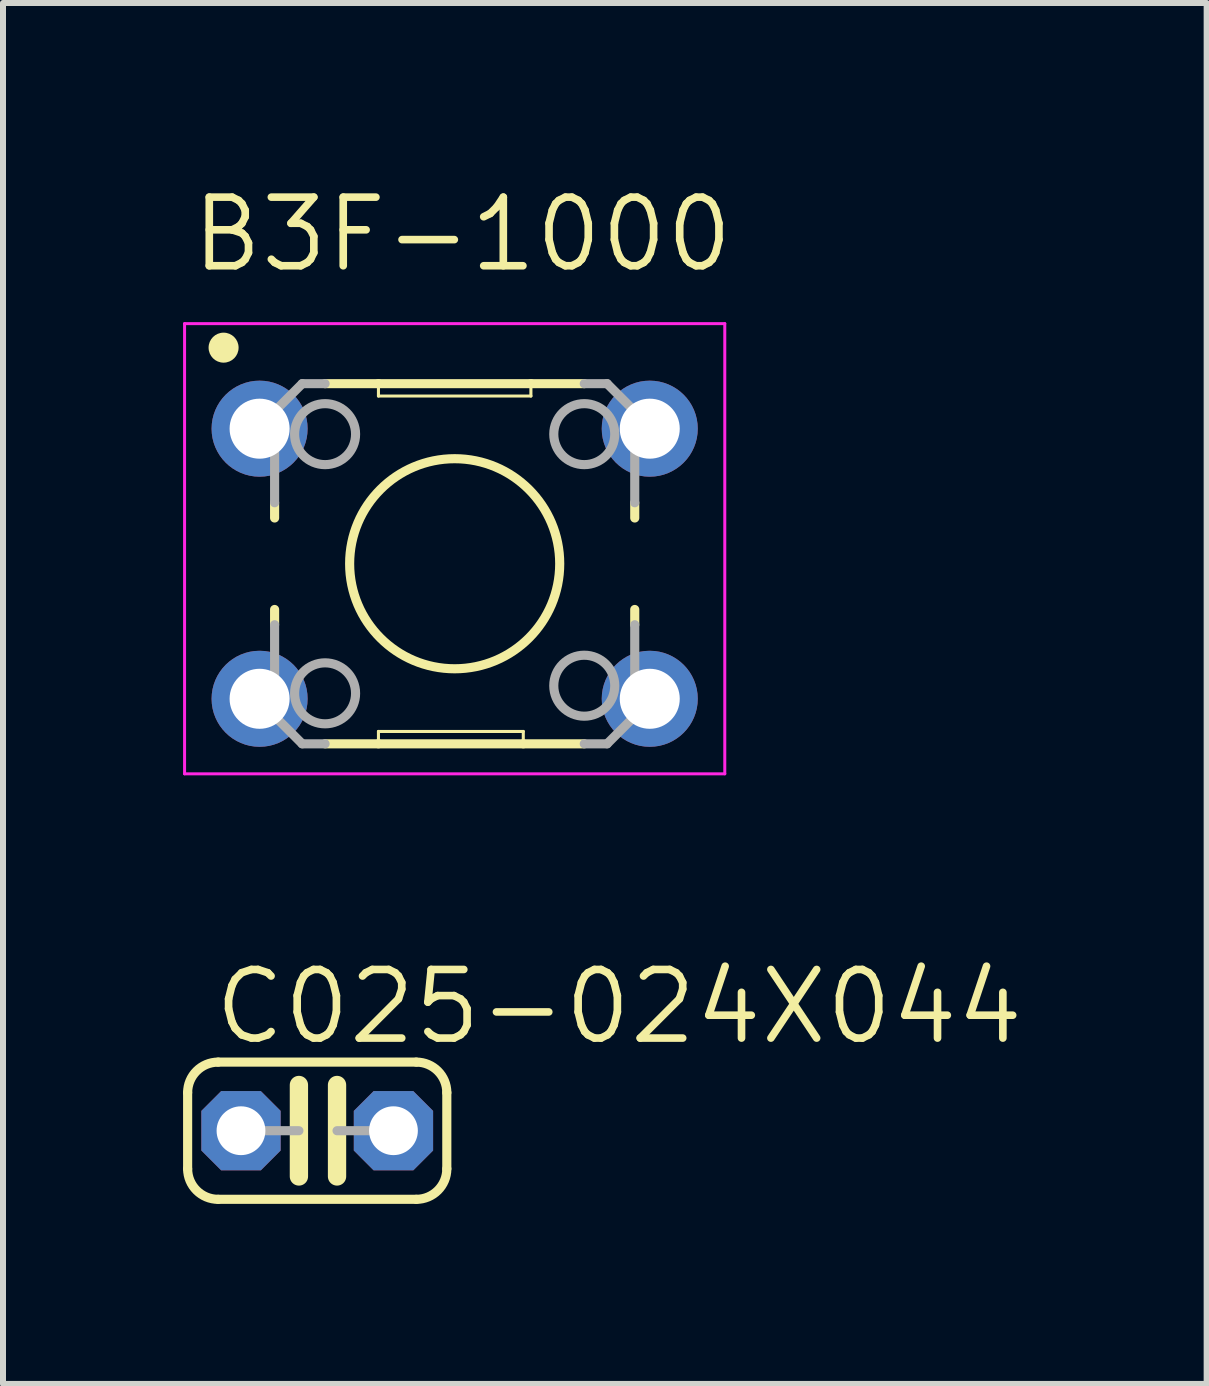
<source format=kicad_pcb>
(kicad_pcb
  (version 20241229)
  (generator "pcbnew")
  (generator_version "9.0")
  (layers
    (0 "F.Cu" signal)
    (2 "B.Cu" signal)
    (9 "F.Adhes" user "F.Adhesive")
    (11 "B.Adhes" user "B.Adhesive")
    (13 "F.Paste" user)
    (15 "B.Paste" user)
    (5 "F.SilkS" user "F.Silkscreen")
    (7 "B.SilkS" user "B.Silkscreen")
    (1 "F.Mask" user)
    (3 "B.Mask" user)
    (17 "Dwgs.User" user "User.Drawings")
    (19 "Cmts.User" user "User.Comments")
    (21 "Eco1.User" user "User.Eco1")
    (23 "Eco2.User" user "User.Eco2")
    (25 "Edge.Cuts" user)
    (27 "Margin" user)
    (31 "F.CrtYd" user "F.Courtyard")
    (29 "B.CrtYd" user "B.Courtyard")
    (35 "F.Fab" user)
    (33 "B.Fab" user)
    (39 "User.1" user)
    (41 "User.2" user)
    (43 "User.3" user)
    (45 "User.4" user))
  (footprint "B3F-1000"
    (layer "F.Cu")
    (at 4.525 6.342)
    (property "Reference" "B3F-1000" (at -4.444 -4.818 0) (layer "F.SilkS") (effects (font (size 1.143 1.143) (thickness 0.127)) (justify left bottom)))
    (fp_line (start -3 -0.762) (end -3 -1.016) (stroke (width 0.152) (type solid)) (layer "F.SilkS"))
    (fp_line (start -3 0.762) (end -3 1.016) (stroke (width 0.152) (type solid)) (layer "F.SilkS"))
    (fp_line (start -2.159 3) (end -1.27 3) (stroke (width 0.152) (type solid)) (layer "F.SilkS"))
    (fp_line (start -1.27 -3) (end -2.159 -3) (stroke (width 0.152) (type solid)) (layer "F.SilkS"))
    (fp_line (start -1.27 -3) (end -1.27 -2.794) (stroke (width 0.051) (type solid)) (layer "F.SilkS"))
    (fp_line (start -1.27 2.794) (end -1.27 3) (stroke (width 0.051) (type solid)) (layer "F.SilkS"))
    (fp_line (start -1.27 3) (end 1.143 3) (stroke (width 0.152) (type solid)) (layer "F.SilkS"))
    (fp_line (start 1.143 2.794) (end -1.27 2.794) (stroke (width 0.051) (type solid)) (layer "F.SilkS"))
    (fp_line (start 1.143 2.794) (end 1.143 3) (stroke (width 0.051) (type solid)) (layer "F.SilkS"))
    (fp_line (start 1.143 3) (end 2.159 3) (stroke (width 0.152) (type solid)) (layer "F.SilkS"))
    (fp_line (start 1.27 -3) (end -1.27 -3) (stroke (width 0.152) (type solid)) (layer "F.SilkS"))
    (fp_line (start 1.27 -2.794) (end -1.27 -2.794) (stroke (width 0.051) (type solid)) (layer "F.SilkS"))
    (fp_line (start 1.27 -2.794) (end 1.27 -3) (stroke (width 0.051) (type solid)) (layer "F.SilkS"))
    (fp_line (start 2.159 -3) (end 1.27 -3) (stroke (width 0.152) (type solid)) (layer "F.SilkS"))
    (fp_line (start 3 -0.762) (end 3 -1.016) (stroke (width 0.152) (type solid)) (layer "F.SilkS"))
    (fp_line (start 3 0.762) (end 3 1.016) (stroke (width 0.152) (type solid)) (layer "F.SilkS"))
    (fp_circle (center -3.85 -3.6) (end -3.725 -3.6) (stroke (width 0.25) (type solid)) (fill yes) (layer "F.SilkS"))
    (fp_circle (center 0 0) (end 1.75 0) (stroke (width 0.152) (type solid)) (fill no) (layer "F.SilkS"))
    (fp_line (start -4.5 -4) (end 4.5 -4) (stroke (width 0.05) (type solid)) (layer "F.CrtYd"))
    (fp_line (start -4.5 3.5) (end -4.5 -4) (stroke (width 0.05) (type solid)) (layer "F.CrtYd"))
    (fp_line (start 4.5 -4) (end 4.5 3.5) (stroke (width 0.05) (type solid)) (layer "F.CrtYd"))
    (fp_line (start 4.5 3.5) (end -4.5 3.5) (stroke (width 0.05) (type solid)) (layer "F.CrtYd"))
    (fp_line (start -3 -2.54) (end -3 -1.016) (stroke (width 0.152) (type solid)) (layer "F.Fab"))
    (fp_line (start -3 2.54) (end -3 1.016) (stroke (width 0.152) (type solid)) (layer "F.Fab"))
    (fp_line (start -2.54 -3) (end -3 -2.54) (stroke (width 0.152) (type solid)) (layer "F.Fab"))
    (fp_line (start -2.54 -3) (end -2.159 -3) (stroke (width 0.152) (type solid)) (layer "F.Fab"))
    (fp_line (start -2.54 3) (end -3 2.54) (stroke (width 0.152) (type solid)) (layer "F.Fab"))
    (fp_line (start -2.54 3) (end -2.159 3) (stroke (width 0.152) (type solid)) (layer "F.Fab"))
    (fp_line (start 2.54 -3) (end 2.159 -3) (stroke (width 0.152) (type solid)) (layer "F.Fab"))
    (fp_line (start 2.54 3) (end 2.159 3) (stroke (width 0.152) (type solid)) (layer "F.Fab"))
    (fp_line (start 2.54 3) (end 3 2.54) (stroke (width 0.152) (type solid)) (layer "F.Fab"))
    (fp_line (start 3 -2.54) (end 2.54 -3) (stroke (width 0.152) (type solid)) (layer "F.Fab"))
    (fp_line (start 3 -1.016) (end 3 -2.54) (stroke (width 0.152) (type solid)) (layer "F.Fab"))
    (fp_line (start 3 2.54) (end 3 1.016) (stroke (width 0.152) (type solid)) (layer "F.Fab"))
    (fp_circle (center -2.159 -2.159) (end -1.651 -2.159) (stroke (width 0.152) (type solid)) (fill no) (layer "F.Fab"))
    (fp_circle (center -2.159 2.159) (end -1.651 2.159) (stroke (width 0.152) (type solid)) (fill no) (layer "F.Fab"))
    (fp_circle (center 2.159 -2.159) (end 2.667 -2.159) (stroke (width 0.152) (type solid)) (fill no) (layer "F.Fab"))
    (fp_circle (center 2.159 2.032) (end 2.667 2.032) (stroke (width 0.152) (type solid)) (fill no) (layer "F.Fab"))
    (pad "1" thru_hole circle (at -3.25 -2.25) (size 1.6 1.6) (drill 1) (layers "*.Cu" "*.Mask"))
    (pad "2" thru_hole circle (at 3.25 -2.25) (size 1.6 1.6) (drill 1) (layers "*.Cu" "*.Mask"))
    (pad "3" thru_hole circle (at -3.25 2.25) (size 1.6 1.6) (drill 1) (layers "*.Cu" "*.Mask"))
    (pad "4" thru_hole circle (at 3.25 2.25) (size 1.6 1.6) (drill 1) (layers "*.Cu" "*.Mask")))
  (footprint "C025-024X044"
    (layer "F.Cu")
    (at 2.235 15.788)
    (property "Reference" "C025-024X044" (at -1.778 -1.397 0) (layer "F.SilkS") (effects (font (size 1.143 1.143) (thickness 0.127)) (justify left bottom)))
    (fp_line (start -2.159 0.635) (end -2.159 -0.635) (stroke (width 0.152) (type solid)) (layer "F.SilkS"))
    (fp_line (start -0.305 -0.762) (end -0.305 0.762) (stroke (width 0.305) (type solid)) (layer "F.SilkS"))
    (fp_line (start 0.33 -0.762) (end 0.33 0.762) (stroke (width 0.305) (type solid)) (layer "F.SilkS"))
    (fp_line (start 1.651 -1.143) (end -1.651 -1.143) (stroke (width 0.152) (type solid)) (layer "F.SilkS"))
    (fp_line (start 1.651 1.143) (end -1.651 1.143) (stroke (width 0.152) (type solid)) (layer "F.SilkS"))
    (fp_line (start 2.159 0.635) (end 2.159 -0.635) (stroke (width 0.152) (type solid)) (layer "F.SilkS"))
    (fp_arc (start -2.159 -0.635) (mid -2.01021 -0.99421) (end -1.651 -1.143) (stroke (width 0.1524) (type solid)) (layer "F.SilkS"))
    (fp_arc (start -1.651 1.143) (mid -2.01021 0.99421) (end -2.159 0.635) (stroke (width 0.1524) (type solid)) (layer "F.SilkS"))
    (fp_arc (start 1.651 -1.143) (mid 2.01021 -0.99421) (end 2.159 -0.635) (stroke (width 0.1524) (type solid)) (layer "F.SilkS"))
    (fp_arc (start 2.159 0.635) (mid 2.01021 0.99421) (end 1.651 1.143) (stroke (width 0.1524) (type solid)) (layer "F.SilkS"))
    (fp_line (start -1.27 0) (end -0.305 0) (stroke (width 0.152) (type solid)) (layer "F.Fab"))
    (fp_line (start 1.27 0) (end 0.33 0) (stroke (width 0.152) (type solid)) (layer "F.Fab"))
    (pad "1" thru_hole roundrect (at -1.27 0) (size 1.321 1.321) (drill 0.813) (layers "*.Cu" "*.Mask") (roundrect_rratio 0.25) (chamfer_ratio 0.25) (chamfer top_left top_right bottom_left bottom_right))
    (pad "2" thru_hole roundrect (at 1.27 0) (size 1.321 1.321) (drill 0.813) (layers "*.Cu" "*.Mask") (roundrect_rratio 0.25) (chamfer_ratio 0.25) (chamfer top_left top_right bottom_left bottom_right)))
  (gr_rect
    (start -3 -3)
    (end 17.053 20.007)
    (stroke (width 0.1) (type default))
    (fill no)
    (layer "Edge.Cuts")))
</source>
